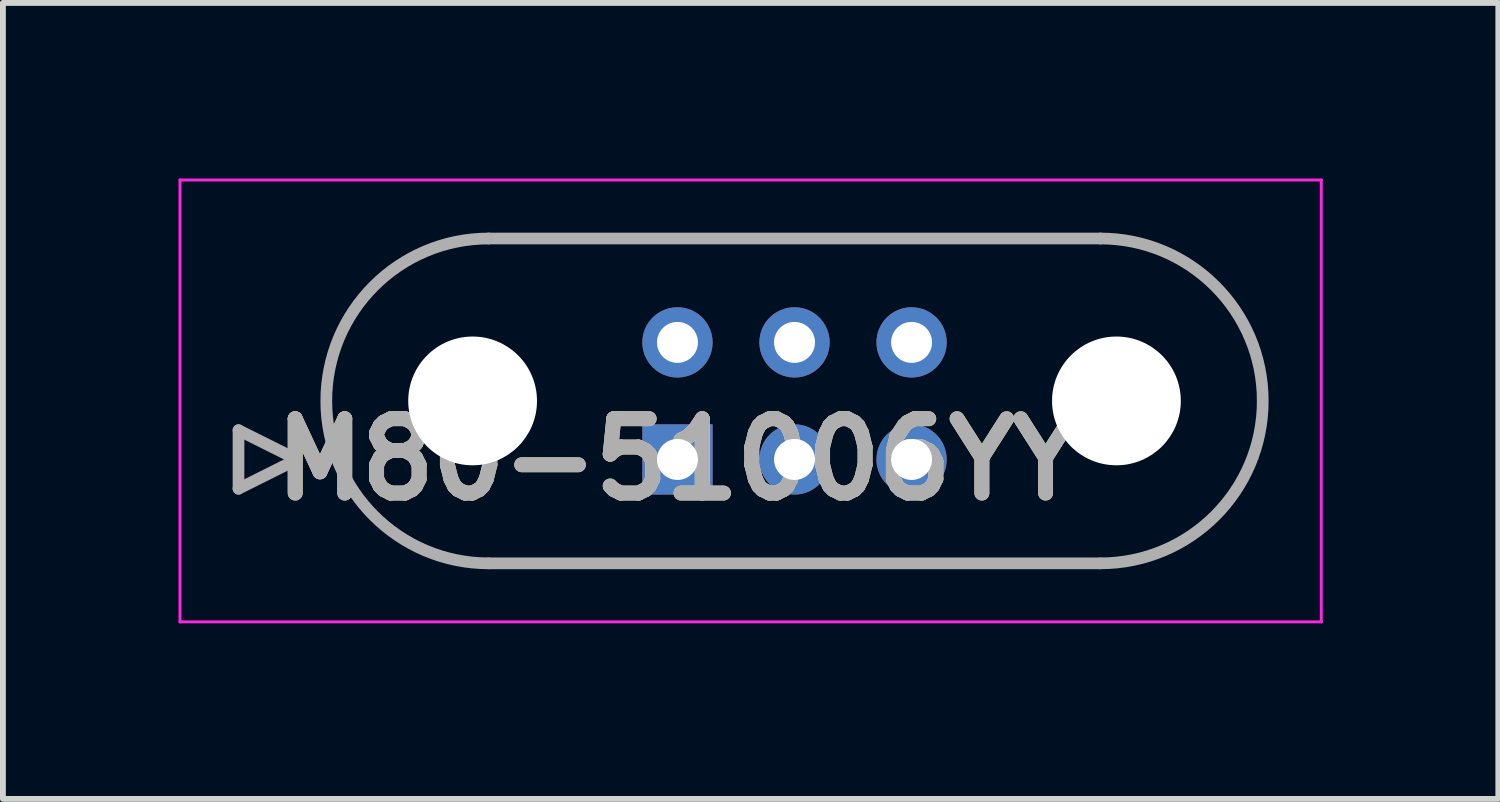
<source format=kicad_pcb>
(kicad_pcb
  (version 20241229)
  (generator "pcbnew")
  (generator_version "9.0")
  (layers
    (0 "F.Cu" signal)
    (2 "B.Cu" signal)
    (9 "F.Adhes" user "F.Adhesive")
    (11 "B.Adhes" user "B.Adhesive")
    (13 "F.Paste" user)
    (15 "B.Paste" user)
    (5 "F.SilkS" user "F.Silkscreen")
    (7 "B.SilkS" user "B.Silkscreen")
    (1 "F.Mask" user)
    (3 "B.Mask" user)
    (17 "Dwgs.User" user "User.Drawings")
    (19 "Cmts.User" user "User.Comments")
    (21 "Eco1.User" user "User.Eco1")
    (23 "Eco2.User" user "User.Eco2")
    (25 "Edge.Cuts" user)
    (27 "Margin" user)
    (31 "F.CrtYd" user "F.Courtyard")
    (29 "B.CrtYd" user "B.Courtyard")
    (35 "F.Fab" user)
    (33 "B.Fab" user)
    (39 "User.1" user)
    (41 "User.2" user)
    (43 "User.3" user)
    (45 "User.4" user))
  (footprint "M80-51006YY"
    (layer "F.Cu")
    (at 8.525 4.8)
    (property "Reference" "M80-51006YY" (at 0 0 0) (layer "F.SilkS") (effects (font (size 1.27 1.27) (thickness 0.254))))
    (attr through_hole)
    (fp_line (start -7.5 -0.5) (end -6.5 0) (stroke (width 0.1) (type solid)) (layer "F.SilkS"))
    (fp_line (start -7.5 0.5) (end -7.5 -0.5) (stroke (width 0.1) (type solid)) (layer "F.SilkS"))
    (fp_line (start -6.5 0) (end -7.5 0.5) (stroke (width 0.1) (type solid)) (layer "F.SilkS"))
    (fp_line (start -3.225 -3.775) (end 7.225 -3.775) (stroke (width 0.1) (type solid)) (layer "F.SilkS"))
    (fp_line (start 7.225 1.775) (end -3.225 1.775) (stroke (width 0.1) (type solid)) (layer "F.SilkS"))
    (fp_arc (start -3.225 1.775) (mid -6 -1) (end -3.225 -3.775) (stroke (width 0.1) (type solid)) (layer "F.SilkS"))
    (fp_arc (start 7.225 -3.775) (mid 10 -1) (end 7.225 1.775) (stroke (width 0.1) (type solid)) (layer "F.SilkS"))
    (fp_line (start -8.5 -4.775) (end 11 -4.775) (stroke (width 0.05) (type solid)) (layer "F.CrtYd"))
    (fp_line (start -8.5 2.775) (end -8.5 -4.775) (stroke (width 0.05) (type solid)) (layer "F.CrtYd"))
    (fp_line (start 11 -4.775) (end 11 2.775) (stroke (width 0.05) (type solid)) (layer "F.CrtYd"))
    (fp_line (start 11 2.775) (end -8.5 2.775) (stroke (width 0.05) (type solid)) (layer "F.CrtYd"))
    (fp_line (start -7.5 -0.5) (end -6.5 0) (stroke (width 0.2) (type solid)) (layer "F.Fab"))
    (fp_line (start -7.5 0.5) (end -7.5 -0.5) (stroke (width 0.2) (type solid)) (layer "F.Fab"))
    (fp_line (start -6.5 0) (end -7.5 0.5) (stroke (width 0.2) (type solid)) (layer "F.Fab"))
    (fp_line (start -3.225 -3.775) (end 7.225 -3.775) (stroke (width 0.2) (type solid)) (layer "F.Fab"))
    (fp_line (start 7.225 1.775) (end -3.225 1.775) (stroke (width 0.2) (type solid)) (layer "F.Fab"))
    (fp_arc (start -3.225 1.775) (mid -6 -1) (end -3.225 -3.775) (stroke (width 0.2) (type solid)) (layer "F.Fab"))
    (fp_arc (start 7.225 -3.775) (mid 10 -1) (end 7.225 1.775) (stroke (width 0.2) (type solid)) (layer "F.Fab"))
    (fp_text user "${REFERENCE}" (at 0 0 0) (layer "F.Fab") (effects (font (size 1.27 1.27) (thickness 0.254))))
    (pad "" np_thru_hole circle (at -3.5 -1) (size 2.2 2.2) (drill 2.2) (layers "*.Cu" "*.Mask"))
    (pad "" np_thru_hole circle (at 7.5 -1) (size 2.2 2.2) (drill 2.2) (layers "*.Cu" "*.Mask"))
    (pad "1" thru_hole rect (at 0 0) (size 1.2 1.2) (drill 0.7) (layers "*.Cu" "*.Mask"))
    (pad "2" thru_hole circle (at 2 0) (size 1.2 1.2) (drill 0.7) (layers "*.Cu" "*.Mask"))
    (pad "3" thru_hole circle (at 4 0) (size 1.2 1.2) (drill 0.7) (layers "*.Cu" "*.Mask"))
    (pad "4" thru_hole circle (at 0 -2) (size 1.2 1.2) (drill 0.7) (layers "*.Cu" "*.Mask"))
    (pad "5" thru_hole circle (at 2 -2) (size 1.2 1.2) (drill 0.7) (layers "*.Cu" "*.Mask"))
    (pad "6" thru_hole circle (at 4 -2) (size 1.2 1.2) (drill 0.7) (layers "*.Cu" "*.Mask")))
  (gr_rect
    (start -3 -3)
    (end 22.55 10.6)
    (stroke (width 0.1) (type default))
    (fill no)
    (layer "Edge.Cuts")))
</source>
